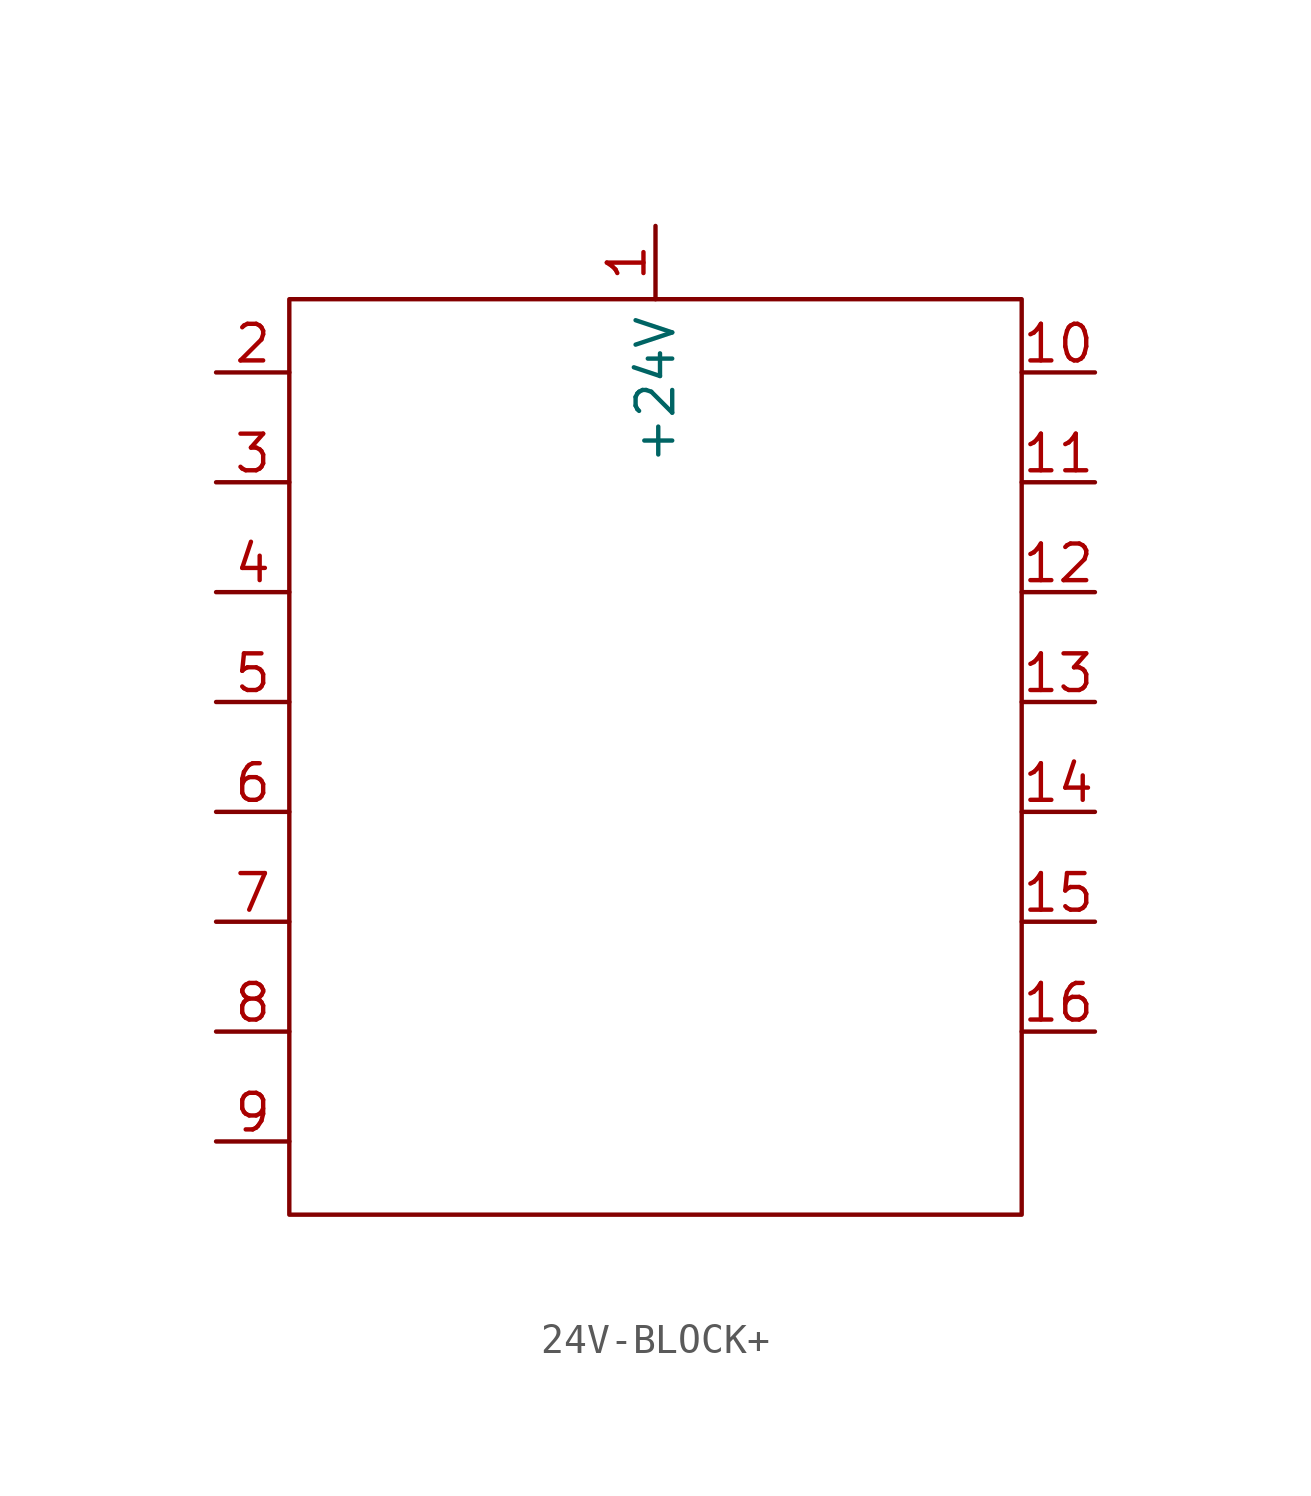
<source format=kicad_sym>
(kicad_symbol_lib
  (version 20241209)
  (generator "kicad_symbol_editor")
  (generator_version "9.0")
  (symbol "24V-BLOCK+"
    (property "Reference" "TB"
      (at 0 -11.43 0)
      (effects (font (size 1.27 1.27)) (hide yes)))
    (property "Value" ""
      (at 0 0 0)
      (effects (font (size 1.27 1.27))))
    (symbol "24V-BLOCK+_0_1"
      (rectangle (start -12.7 17.78) (end 12.7 -13.97) (stroke (width 0) (type default)) (fill (type none))))
    (symbol "24V-BLOCK+_1_1"
      (pin input line (at -15.24 15.24 0) (length 2.54) (name "" (effects (font (size 1.27 1.27)))) (number "2" (effects (font (size 1.27 1.27)))))
      (pin input line (at -15.24 11.43 0) (length 2.54) (name "" (effects (font (size 1.27 1.27)))) (number "3" (effects (font (size 1.27 1.27)))))
      (pin input line (at -15.24 7.62 0) (length 2.54) (name "" (effects (font (size 1.27 1.27)))) (number "4" (effects (font (size 1.27 1.27)))))
      (pin input line (at -15.24 3.81 0) (length 2.54) (name "" (effects (font (size 1.27 1.27)))) (number "5" (effects (font (size 1.27 1.27)))))
      (pin input line (at -15.24 0 0) (length 2.54) (name "" (effects (font (size 1.27 1.27)))) (number "6" (effects (font (size 1.27 1.27)))))
      (pin input line (at -15.24 -3.81 0) (length 2.54) (name "" (effects (font (size 1.27 1.27)))) (number "7" (effects (font (size 1.27 1.27)))))
      (pin input line (at -15.24 -7.62 0) (length 2.54) (name "" (effects (font (size 1.27 1.27)))) (number "8" (effects (font (size 1.27 1.27)))))
      (pin input line (at -15.24 -11.43 0) (length 2.54) (name "" (effects (font (size 1.27 1.27)))) (number "9" (effects (font (size 1.27 1.27)))))
      (pin power_in line (at 0 20.32 270) (length 2.54) (name "+24V" (effects (font (size 1.27 1.27)))) (number "1" (effects (font (size 1.27 1.27)))))
      (pin input line (at 15.24 15.24 180) (length 2.54) (name "" (effects (font (size 1.27 1.27)))) (number "10" (effects (font (size 1.27 1.27)))))
      (pin input line (at 15.24 11.43 180) (length 2.54) (name "" (effects (font (size 1.27 1.27)))) (number "11" (effects (font (size 1.27 1.27)))))
      (pin input line (at 15.24 7.62 180) (length 2.54) (name "" (effects (font (size 1.27 1.27)))) (number "12" (effects (font (size 1.27 1.27)))))
      (pin input line (at 15.24 3.81 180) (length 2.54) (name "" (effects (font (size 1.27 1.27)))) (number "13" (effects (font (size 1.27 1.27)))))
      (pin input line (at 15.24 0 180) (length 2.54) (name "" (effects (font (size 1.27 1.27)))) (number "14" (effects (font (size 1.27 1.27)))))
      (pin input line (at 15.24 -3.81 180) (length 2.54) (name "" (effects (font (size 1.27 1.27)))) (number "15" (effects (font (size 1.27 1.27)))))
      (pin input line (at 15.24 -7.62 180) (length 2.54) (name "" (effects (font (size 1.27 1.27)))) (number "16" (effects (font (size 1.27 1.27))))))))
</source>
